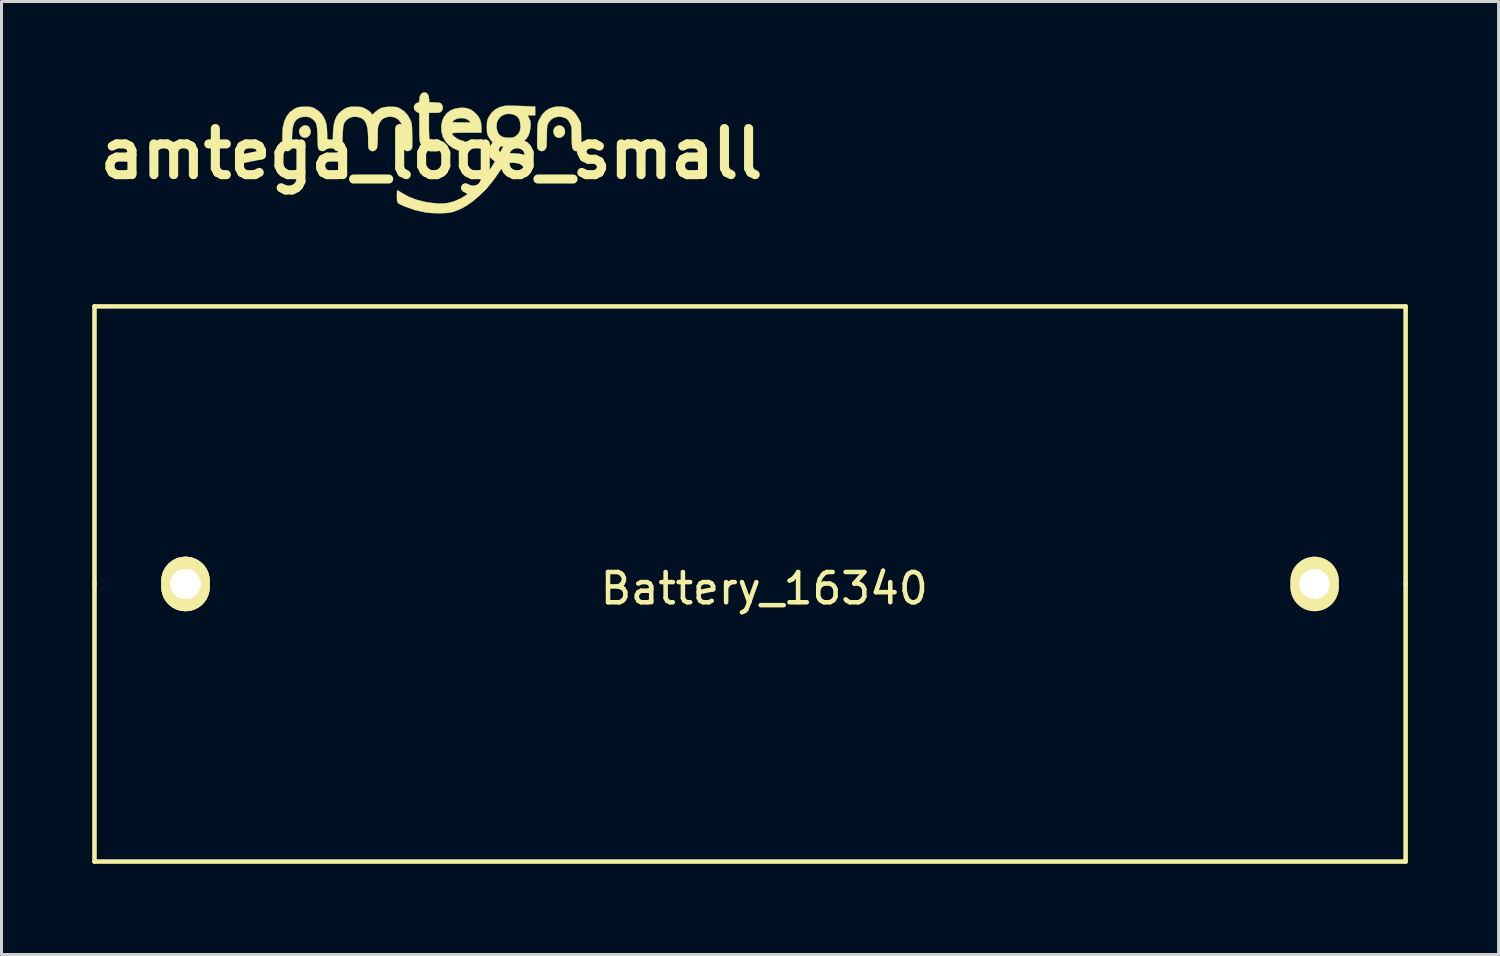
<source format=kicad_pcb>
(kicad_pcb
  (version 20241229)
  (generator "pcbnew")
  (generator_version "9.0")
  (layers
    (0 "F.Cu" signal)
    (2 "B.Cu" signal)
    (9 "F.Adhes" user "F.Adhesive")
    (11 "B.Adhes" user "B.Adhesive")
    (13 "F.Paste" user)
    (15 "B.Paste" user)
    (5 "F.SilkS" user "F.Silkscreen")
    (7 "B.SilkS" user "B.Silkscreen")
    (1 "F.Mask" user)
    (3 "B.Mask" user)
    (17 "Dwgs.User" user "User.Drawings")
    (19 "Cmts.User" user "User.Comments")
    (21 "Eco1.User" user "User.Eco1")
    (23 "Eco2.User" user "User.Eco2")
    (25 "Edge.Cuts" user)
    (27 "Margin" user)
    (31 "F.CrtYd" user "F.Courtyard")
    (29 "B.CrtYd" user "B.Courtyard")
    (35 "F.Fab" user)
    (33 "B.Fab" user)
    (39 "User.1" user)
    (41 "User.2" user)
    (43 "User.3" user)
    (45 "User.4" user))
  (footprint "Battery_16340"
    (layer "F.Cu")
    (at 21.755 16.262)
    (property "Reference" "Battery_16340" (at 0.47 0.15 0) (layer "F.SilkS") (effects (font (size 1 1) (thickness 0.15))))
    (attr through_hole)
    (fp_line (start -21.68 -9.18) (end 21.68 -9.18) (stroke (width 0.15) (type solid)) (layer "F.SilkS"))
    (fp_line (start -21.68 0) (end -21.68 -9.18) (stroke (width 0.15) (type solid)) (layer "F.SilkS"))
    (fp_line (start -21.68 0) (end -21.68 9.18) (stroke (width 0.15) (type solid)) (layer "F.SilkS"))
    (fp_line (start 21.68 0) (end 21.68 -9.18) (stroke (width 0.15) (type solid)) (layer "F.SilkS"))
    (fp_line (start 21.68 0) (end 21.68 9.18) (stroke (width 0.15) (type solid)) (layer "F.SilkS"))
    (fp_line (start 21.68 9.18) (end -21.68 9.18) (stroke (width 0.15) (type solid)) (layer "F.SilkS"))
    (pad "1" thru_hole oval (at -18.67 0) (size 1.6 1.8) (drill 1) (layers "*.Cu" "*.Mask" "F.SilkS"))
    (pad "1" thru_hole oval (at -18.67 0) (size 1.6 1.8) (drill 1) (layers "*.Cu" "*.Mask" "F.SilkS"))
    (pad "2" thru_hole oval (at 18.67 0) (size 1.6 1.8) (drill 1) (layers "*.Cu" "*.Mask" "F.SilkS")))
  (footprint "amtega_logo_small"
    (layer "F.Cu")
    (at 11.22 2.036)
    (property "Reference" "amtega_logo_small" (at 0 0 0) (layer "F.SilkS") (effects (font (size 1.524 1.524) (thickness 0.3))))
    (attr through_hole)
    (fp_poly (pts (xy -4.101 -0.924) (xy -4.041 -0.874) (xy -4.004 -0.795) (xy -3.995 -0.704) (xy -4.021 -0.628) (xy -4.059 -0.583) (xy -4.13 -0.538) (xy -4.21 -0.531) (xy -4.289 -0.562) (xy -4.308 -0.577) (xy -4.358 -0.648) (xy -4.375 -0.711) (xy -4.378 -0.773) (xy -4.363 -0.818) (xy -4.323 -0.869) (xy -4.251 -0.924) (xy -4.174 -0.942) (xy -4.101 -0.924)) (stroke (width 0.01) (type solid)) (fill yes) (layer "F.SilkS"))
    (fp_poly (pts (xy 4.304 -0.921) (xy 4.366 -0.872) (xy 4.406 -0.801) (xy 4.417 -0.72) (xy 4.394 -0.638) (xy 4.338 -0.57) (xy 4.264 -0.533) (xy 4.184 -0.53) (xy 4.113 -0.561) (xy 4.068 -0.613) (xy 4.038 -0.688) (xy 4.029 -0.764) (xy 4.033 -0.79) (xy 4.071 -0.863) (xy 4.136 -0.917) (xy 4.215 -0.94) (xy 4.223 -0.94) (xy 4.304 -0.921)) (stroke (width 0.01) (type solid)) (fill yes) (layer "F.SilkS"))
    (fp_poly (pts (xy 1.096 -1.519) (xy 1.219 -1.495) (xy 1.328 -1.444) (xy 1.433 -1.361) (xy 1.462 -1.334) (xy 1.551 -1.231) (xy 1.61 -1.125) (xy 1.641 -1.005) (xy 1.651 -0.858) (xy 1.651 -0.853) (xy 1.651 -0.699) (xy 1.164 -0.699) (xy 0.998 -0.698) (xy 0.871 -0.697) (xy 0.778 -0.693) (xy 0.718 -0.685) (xy 0.686 -0.673) (xy 0.679 -0.655) (xy 0.693 -0.63) (xy 0.725 -0.597) (xy 0.757 -0.568) (xy 0.827 -0.513) (xy 0.901 -0.472) (xy 0.996 -0.439) (xy 1.053 -0.424) (xy 1.133 -0.386) (xy 1.183 -0.326) (xy 1.2 -0.255) (xy 1.181 -0.18) (xy 1.142 -0.126) (xy 1.079 -0.093) (xy 0.987 -0.09) (xy 0.874 -0.115) (xy 0.707 -0.188) (xy 0.567 -0.291) (xy 0.454 -0.42) (xy 0.374 -0.57) (xy 0.329 -0.737) (xy 0.323 -0.911) (xy 0.349 -1.058) (xy 0.693 -1.058) (xy 0.7 -1.048) (xy 0.727 -1.043) (xy 0.78 -1.039) (xy 0.864 -1.038) (xy 0.985 -1.037) (xy 1.298 -1.037) (xy 1.257 -1.082) (xy 1.179 -1.141) (xy 1.079 -1.174) (xy 0.968 -1.182) (xy 0.858 -1.165) (xy 0.762 -1.124) (xy 0.7 -1.07) (xy 0.693 -1.058) (xy 0.349 -1.058) (xy 0.353 -1.082) (xy 0.417 -1.228) (xy 0.513 -1.348) (xy 0.637 -1.438) (xy 0.788 -1.496) (xy 0.946 -1.52) (xy 1.096 -1.519)) (stroke (width 0.01) (type solid)) (fill yes) (layer "F.SilkS"))
    (fp_poly (pts (xy -0.164 -2.013) (xy -0.115 -1.959) (xy -0.086 -1.872) (xy -0.081 -1.82) (xy -0.074 -1.704) (xy 0.11 -1.698) (xy 0.201 -1.694) (xy 0.259 -1.687) (xy 0.296 -1.675) (xy 0.322 -1.655) (xy 0.338 -1.637) (xy 0.375 -1.56) (xy 0.374 -1.482) (xy 0.333 -1.411) (xy 0.329 -1.407) (xy 0.299 -1.381) (xy 0.266 -1.366) (xy 0.218 -1.358) (xy 0.145 -1.355) (xy 0.096 -1.355) (xy -0.085 -1.355) (xy -0.085 -0.93) (xy -0.084 -0.782) (xy -0.08 -0.656) (xy -0.076 -0.557) (xy -0.069 -0.491) (xy -0.063 -0.464) (xy -0.044 -0.442) (xy -0.012 -0.43) (xy 0.044 -0.424) (xy 0.108 -0.423) (xy 0.19 -0.421) (xy 0.243 -0.413) (xy 0.28 -0.396) (xy 0.308 -0.371) (xy 0.351 -0.303) (xy 0.36 -0.254) (xy 0.34 -0.18) (xy 0.308 -0.137) (xy 0.279 -0.111) (xy 0.246 -0.096) (xy 0.2 -0.088) (xy 0.128 -0.085) (xy 0.07 -0.085) (xy -0.032 -0.087) (xy -0.104 -0.095) (xy -0.156 -0.111) (xy -0.183 -0.125) (xy -0.265 -0.195) (xy -0.336 -0.289) (xy -0.378 -0.379) (xy -0.387 -0.428) (xy -0.394 -0.515) (xy -0.399 -0.635) (xy -0.402 -0.785) (xy -0.403 -0.897) (xy -0.403 -1.344) (xy -0.471 -1.376) (xy -0.527 -1.416) (xy -0.568 -1.467) (xy -0.569 -1.469) (xy -0.583 -1.54) (xy -0.563 -1.61) (xy -0.517 -1.663) (xy -0.466 -1.686) (xy -0.424 -1.699) (xy -0.406 -1.725) (xy -0.402 -1.779) (xy -0.402 -1.779) (xy -0.389 -1.888) (xy -0.352 -1.969) (xy -0.294 -2.018) (xy -0.231 -2.031) (xy -0.164 -2.013)) (stroke (width 0.01) (type solid)) (fill yes) (layer "F.SilkS"))
    (fp_poly (pts (xy 4.353 -1.556) (xy 4.511 -1.516) (xy 4.646 -1.441) (xy 4.761 -1.328) (xy 4.857 -1.179) (xy 4.858 -1.177) (xy 4.942 -1.011) (xy 4.949 -0.598) (xy 4.952 -0.457) (xy 4.952 -0.351) (xy 4.951 -0.275) (xy 4.948 -0.222) (xy 4.941 -0.187) (xy 4.931 -0.163) (xy 4.917 -0.144) (xy 4.909 -0.135) (xy 4.844 -0.092) (xy 4.775 -0.086) (xy 4.712 -0.115) (xy 4.666 -0.176) (xy 4.659 -0.193) (xy 4.65 -0.239) (xy 4.643 -0.318) (xy 4.638 -0.421) (xy 4.636 -0.539) (xy 4.636 -0.581) (xy 4.635 -0.706) (xy 4.633 -0.796) (xy 4.629 -0.862) (xy 4.62 -0.912) (xy 4.607 -0.954) (xy 4.588 -0.997) (xy 4.577 -1.017) (xy 4.531 -1.095) (xy 4.48 -1.147) (xy 4.425 -1.18) (xy 4.302 -1.221) (xy 4.178 -1.226) (xy 4.061 -1.197) (xy 3.959 -1.136) (xy 3.881 -1.044) (xy 3.878 -1.04) (xy 3.857 -1.001) (xy 3.841 -0.965) (xy 3.83 -0.924) (xy 3.823 -0.869) (xy 3.819 -0.793) (xy 3.816 -0.687) (xy 3.815 -0.603) (xy 3.812 -0.484) (xy 3.809 -0.377) (xy 3.805 -0.291) (xy 3.801 -0.233) (xy 3.798 -0.216) (xy 3.765 -0.146) (xy 3.709 -0.102) (xy 3.642 -0.087) (xy 3.574 -0.106) (xy 3.537 -0.136) (xy 3.52 -0.155) (xy 3.508 -0.176) (xy 3.5 -0.205) (xy 3.495 -0.248) (xy 3.493 -0.312) (xy 3.493 -0.403) (xy 3.495 -0.527) (xy 3.496 -0.596) (xy 3.498 -0.737) (xy 3.501 -0.844) (xy 3.506 -0.923) (xy 3.512 -0.982) (xy 3.522 -1.029) (xy 3.536 -1.071) (xy 3.555 -1.115) (xy 3.57 -1.146) (xy 3.662 -1.301) (xy 3.774 -1.419) (xy 3.908 -1.501) (xy 4.067 -1.549) (xy 4.172 -1.562) (xy 4.353 -1.556)) (stroke (width 0.01) (type solid)) (fill yes) (layer "F.SilkS"))
    (fp_poly (pts (xy -4.078 -1.555) (xy -4.006 -1.549) (xy -3.951 -1.538) (xy -3.9 -1.518) (xy -3.86 -1.498) (xy -3.716 -1.401) (xy -3.603 -1.276) (xy -3.521 -1.122) (xy -3.483 -1.006) (xy -3.468 -0.926) (xy -3.457 -0.821) (xy -3.452 -0.684) (xy -3.45 -0.534) (xy -3.45 -0.406) (xy -3.452 -0.313) (xy -3.455 -0.248) (xy -3.461 -0.205) (xy -3.471 -0.176) (xy -3.485 -0.154) (xy -3.502 -0.137) (xy -3.57 -0.093) (xy -3.642 -0.091) (xy -3.707 -0.125) (xy -3.725 -0.141) (xy -3.738 -0.161) (xy -3.748 -0.19) (xy -3.755 -0.236) (xy -3.76 -0.304) (xy -3.764 -0.402) (xy -3.768 -0.535) (xy -3.768 -0.543) (xy -3.774 -0.7) (xy -3.782 -0.821) (xy -3.793 -0.913) (xy -3.81 -0.983) (xy -3.834 -1.037) (xy -3.866 -1.083) (xy -3.908 -1.126) (xy -3.965 -1.17) (xy -4.023 -1.203) (xy -4.028 -1.205) (xy -4.124 -1.225) (xy -4.235 -1.223) (xy -4.341 -1.2) (xy -4.373 -1.187) (xy -4.45 -1.14) (xy -4.511 -1.074) (xy -4.556 -0.985) (xy -4.587 -0.869) (xy -4.606 -0.721) (xy -4.614 -0.538) (xy -4.614 -0.475) (xy -4.615 -0.357) (xy -4.616 -0.273) (xy -4.621 -0.217) (xy -4.629 -0.18) (xy -4.641 -0.155) (xy -4.659 -0.134) (xy -4.663 -0.131) (xy -4.73 -0.093) (xy -4.801 -0.09) (xy -4.852 -0.114) (xy -4.886 -0.154) (xy -4.91 -0.199) (xy -4.919 -0.247) (xy -4.926 -0.327) (xy -4.93 -0.43) (xy -4.931 -0.544) (xy -4.929 -0.66) (xy -4.924 -0.769) (xy -4.917 -0.858) (xy -4.912 -0.889) (xy -4.864 -1.081) (xy -4.787 -1.244) (xy -4.683 -1.376) (xy -4.553 -1.475) (xy -4.513 -1.496) (xy -4.451 -1.524) (xy -4.396 -1.542) (xy -4.335 -1.551) (xy -4.253 -1.555) (xy -4.18 -1.556) (xy -4.078 -1.555)) (stroke (width 0.01) (type solid)) (fill yes) (layer "F.SilkS"))
    (fp_poly (pts (xy -2.427 -1.554) (xy -2.353 -1.549) (xy -2.295 -1.537) (xy -2.239 -1.516) (xy -2.197 -1.497) (xy -2.121 -1.452) (xy -2.05 -1.4) (xy -2.014 -1.366) (xy -1.951 -1.294) (xy -1.868 -1.374) (xy -1.77 -1.455) (xy -1.673 -1.509) (xy -1.563 -1.541) (xy -1.43 -1.554) (xy -1.365 -1.555) (xy -1.261 -1.554) (xy -1.186 -1.548) (xy -1.127 -1.536) (xy -1.073 -1.515) (xy -1.049 -1.503) (xy -0.909 -1.411) (xy -0.793 -1.284) (xy -0.712 -1.146) (xy -0.689 -1.097) (xy -0.672 -1.054) (xy -0.66 -1.011) (xy -0.652 -0.961) (xy -0.646 -0.894) (xy -0.643 -0.805) (xy -0.64 -0.686) (xy -0.638 -0.596) (xy -0.636 -0.455) (xy -0.635 -0.35) (xy -0.636 -0.274) (xy -0.64 -0.222) (xy -0.646 -0.187) (xy -0.657 -0.164) (xy -0.671 -0.145) (xy -0.679 -0.136) (xy -0.742 -0.095) (xy -0.811 -0.089) (xy -0.875 -0.115) (xy -0.924 -0.17) (xy -0.941 -0.216) (xy -0.945 -0.254) (xy -0.949 -0.325) (xy -0.953 -0.421) (xy -0.956 -0.534) (xy -0.957 -0.603) (xy -0.96 -0.731) (xy -0.963 -0.825) (xy -0.968 -0.892) (xy -0.976 -0.941) (xy -0.989 -0.979) (xy -1.007 -1.016) (xy -1.021 -1.04) (xy -1.098 -1.133) (xy -1.199 -1.196) (xy -1.316 -1.226) (xy -1.44 -1.222) (xy -1.563 -1.182) (xy -1.567 -1.18) (xy -1.633 -1.139) (xy -1.682 -1.083) (xy -1.72 -1.017) (xy -1.742 -0.971) (xy -1.758 -0.93) (xy -1.768 -0.885) (xy -1.774 -0.827) (xy -1.777 -0.749) (xy -1.778 -0.64) (xy -1.778 -0.58) (xy -1.779 -0.462) (xy -1.783 -0.356) (xy -1.789 -0.27) (xy -1.796 -0.213) (xy -1.8 -0.199) (xy -1.844 -0.13) (xy -1.904 -0.092) (xy -1.972 -0.088) (xy -2.036 -0.121) (xy -2.049 -0.134) (xy -2.068 -0.156) (xy -2.081 -0.183) (xy -2.089 -0.221) (xy -2.093 -0.279) (xy -2.095 -0.365) (xy -2.095 -0.478) (xy -2.1 -0.673) (xy -2.116 -0.831) (xy -2.144 -0.956) (xy -2.185 -1.053) (xy -2.242 -1.125) (xy -2.315 -1.177) (xy -2.337 -1.187) (xy -2.46 -1.223) (xy -2.586 -1.224) (xy -2.703 -1.191) (xy -2.802 -1.126) (xy -2.819 -1.109) (xy -2.856 -1.066) (xy -2.883 -1.021) (xy -2.903 -0.967) (xy -2.918 -0.897) (xy -2.928 -0.804) (xy -2.935 -0.683) (xy -2.941 -0.543) (xy -2.945 -0.408) (xy -2.95 -0.309) (xy -2.955 -0.239) (xy -2.962 -0.192) (xy -2.971 -0.162) (xy -2.984 -0.142) (xy -3.002 -0.126) (xy -3.003 -0.125) (xy -3.075 -0.089) (xy -3.146 -0.095) (xy -3.208 -0.137) (xy -3.227 -0.157) (xy -3.241 -0.18) (xy -3.25 -0.21) (xy -3.256 -0.256) (xy -3.258 -0.325) (xy -3.26 -0.423) (xy -3.26 -0.534) (xy -3.254 -0.756) (xy -3.234 -0.941) (xy -3.198 -1.095) (xy -3.145 -1.222) (xy -3.072 -1.328) (xy -2.977 -1.417) (xy -2.859 -1.493) (xy -2.847 -1.499) (xy -2.792 -1.526) (xy -2.742 -1.543) (xy -2.682 -1.552) (xy -2.602 -1.555) (xy -2.529 -1.556) (xy -2.427 -1.554)) (stroke (width 0.01) (type solid)) (fill yes) (layer "F.SilkS"))
    (fp_poly (pts (xy 2.601 -1.591) (xy 2.704 -1.589) (xy 2.828 -1.585) (xy 2.962 -1.581) (xy 3.053 -1.577) (xy 3.429 -1.561) (xy 3.429 -1.27) (xy 3.305 -1.27) (xy 3.181 -1.27) (xy 3.232 -1.169) (xy 3.259 -1.111) (xy 3.274 -1.058) (xy 3.278 -0.994) (xy 3.276 -0.903) (xy 3.276 -0.9) (xy 3.251 -0.726) (xy 3.195 -0.581) (xy 3.107 -0.461) (xy 2.984 -0.364) (xy 2.902 -0.32) (xy 2.844 -0.295) (xy 2.789 -0.279) (xy 2.726 -0.269) (xy 2.643 -0.263) (xy 2.541 -0.261) (xy 2.435 -0.259) (xy 2.363 -0.255) (xy 2.316 -0.248) (xy 2.287 -0.236) (xy 2.266 -0.218) (xy 2.26 -0.211) (xy 2.227 -0.154) (xy 2.232 -0.105) (xy 2.265 -0.064) (xy 2.289 -0.044) (xy 2.321 -0.032) (xy 2.37 -0.025) (xy 2.446 -0.021) (xy 2.535 -0.021) (xy 2.742 -0.015) (xy 2.911 0.000342) (xy 3.044 0.026) (xy 3.145 0.063) (xy 3.167 0.075) (xy 3.234 0.124) (xy 3.295 0.186) (xy 3.341 0.251) (xy 3.364 0.306) (xy 3.365 0.317) (xy 3.35 0.345) (xy 3.31 0.392) (xy 3.253 0.45) (xy 3.22 0.481) (xy 3.074 0.612) (xy 3.063 0.526) (xy 3.036 0.435) (xy 2.98 0.368) (xy 2.893 0.324) (xy 2.772 0.301) (xy 2.67 0.296) (xy 2.585 0.299) (xy 2.517 0.312) (xy 2.458 0.339) (xy 2.402 0.385) (xy 2.341 0.456) (xy 2.269 0.557) (xy 2.238 0.602) (xy 2.106 0.792) (xy 1.984 0.954) (xy 1.863 1.1) (xy 1.734 1.238) (xy 1.614 1.357) (xy 1.387 1.555) (xy 1.159 1.717) (xy 0.932 1.839) (xy 0.708 1.922) (xy 0.653 1.936) (xy 0.556 1.952) (xy 0.43 1.961) (xy 0.284 1.966) (xy 0.13 1.964) (xy -0.021 1.957) (xy -0.156 1.944) (xy -0.201 1.938) (xy -0.539 1.863) (xy -0.865 1.749) (xy -0.973 1.703) (xy -1.049 1.667) (xy -1.098 1.634) (xy -1.126 1.598) (xy -1.139 1.55) (xy -1.143 1.483) (xy -1.143 1.407) (xy -1.142 1.321) (xy -1.138 1.253) (xy -1.132 1.213) (xy -1.129 1.206) (xy -1.105 1.217) (xy -1.056 1.246) (xy -0.993 1.286) (xy -0.986 1.29) (xy -0.747 1.423) (xy -0.483 1.524) (xy -0.193 1.595) (xy 0.062 1.631) (xy 0.246 1.645) (xy 0.402 1.643) (xy 0.545 1.626) (xy 0.685 1.591) (xy 0.758 1.568) (xy 0.981 1.469) (xy 1.201 1.33) (xy 1.416 1.151) (xy 1.625 0.934) (xy 1.825 0.681) (xy 1.974 0.461) (xy 2.023 0.381) (xy 2.063 0.314) (xy 2.089 0.269) (xy 2.095 0.253) (xy 2.079 0.233) (xy 2.038 0.203) (xy 2.023 0.194) (xy 1.946 0.126) (xy 1.899 0.036) (xy 1.883 -0.066) (xy 1.899 -0.173) (xy 1.949 -0.273) (xy 1.964 -0.294) (xy 2.002 -0.344) (xy 2.016 -0.373) (xy 2.008 -0.394) (xy 1.992 -0.411) (xy 1.961 -0.448) (xy 1.921 -0.508) (xy 1.892 -0.556) (xy 1.864 -0.611) (xy 1.846 -0.66) (xy 1.836 -0.715) (xy 1.832 -0.789) (xy 1.831 -0.878) (xy 1.832 -0.926) (xy 2.148 -0.926) (xy 2.16 -0.811) (xy 2.199 -0.697) (xy 2.259 -0.614) (xy 2.345 -0.561) (xy 2.461 -0.534) (xy 2.553 -0.53) (xy 2.643 -0.532) (xy 2.705 -0.543) (xy 2.756 -0.565) (xy 2.774 -0.577) (xy 2.861 -0.65) (xy 2.914 -0.735) (xy 2.939 -0.84) (xy 2.942 -0.914) (xy 2.93 -1.053) (xy 2.893 -1.159) (xy 2.828 -1.237) (xy 2.732 -1.291) (xy 2.658 -1.312) (xy 2.525 -1.323) (xy 2.404 -1.298) (xy 2.301 -1.24) (xy 2.221 -1.156) (xy 2.168 -1.05) (xy 2.148 -0.926) (xy 1.832 -0.926) (xy 1.832 -0.981) (xy 1.838 -1.055) (xy 1.849 -1.113) (xy 1.87 -1.168) (xy 1.89 -1.211) (xy 1.981 -1.35) (xy 2.1 -1.459) (xy 2.244 -1.538) (xy 2.408 -1.583) (xy 2.529 -1.592) (xy 2.601 -1.591)) (stroke (width 0.01) (type solid)) (fill yes) (layer "F.SilkS")))
  (gr_rect
    (start -3 -3)
    (end 46.51 28.517)
    (stroke (width 0.1) (type default))
    (fill no)
    (layer "Edge.Cuts")))
</source>
